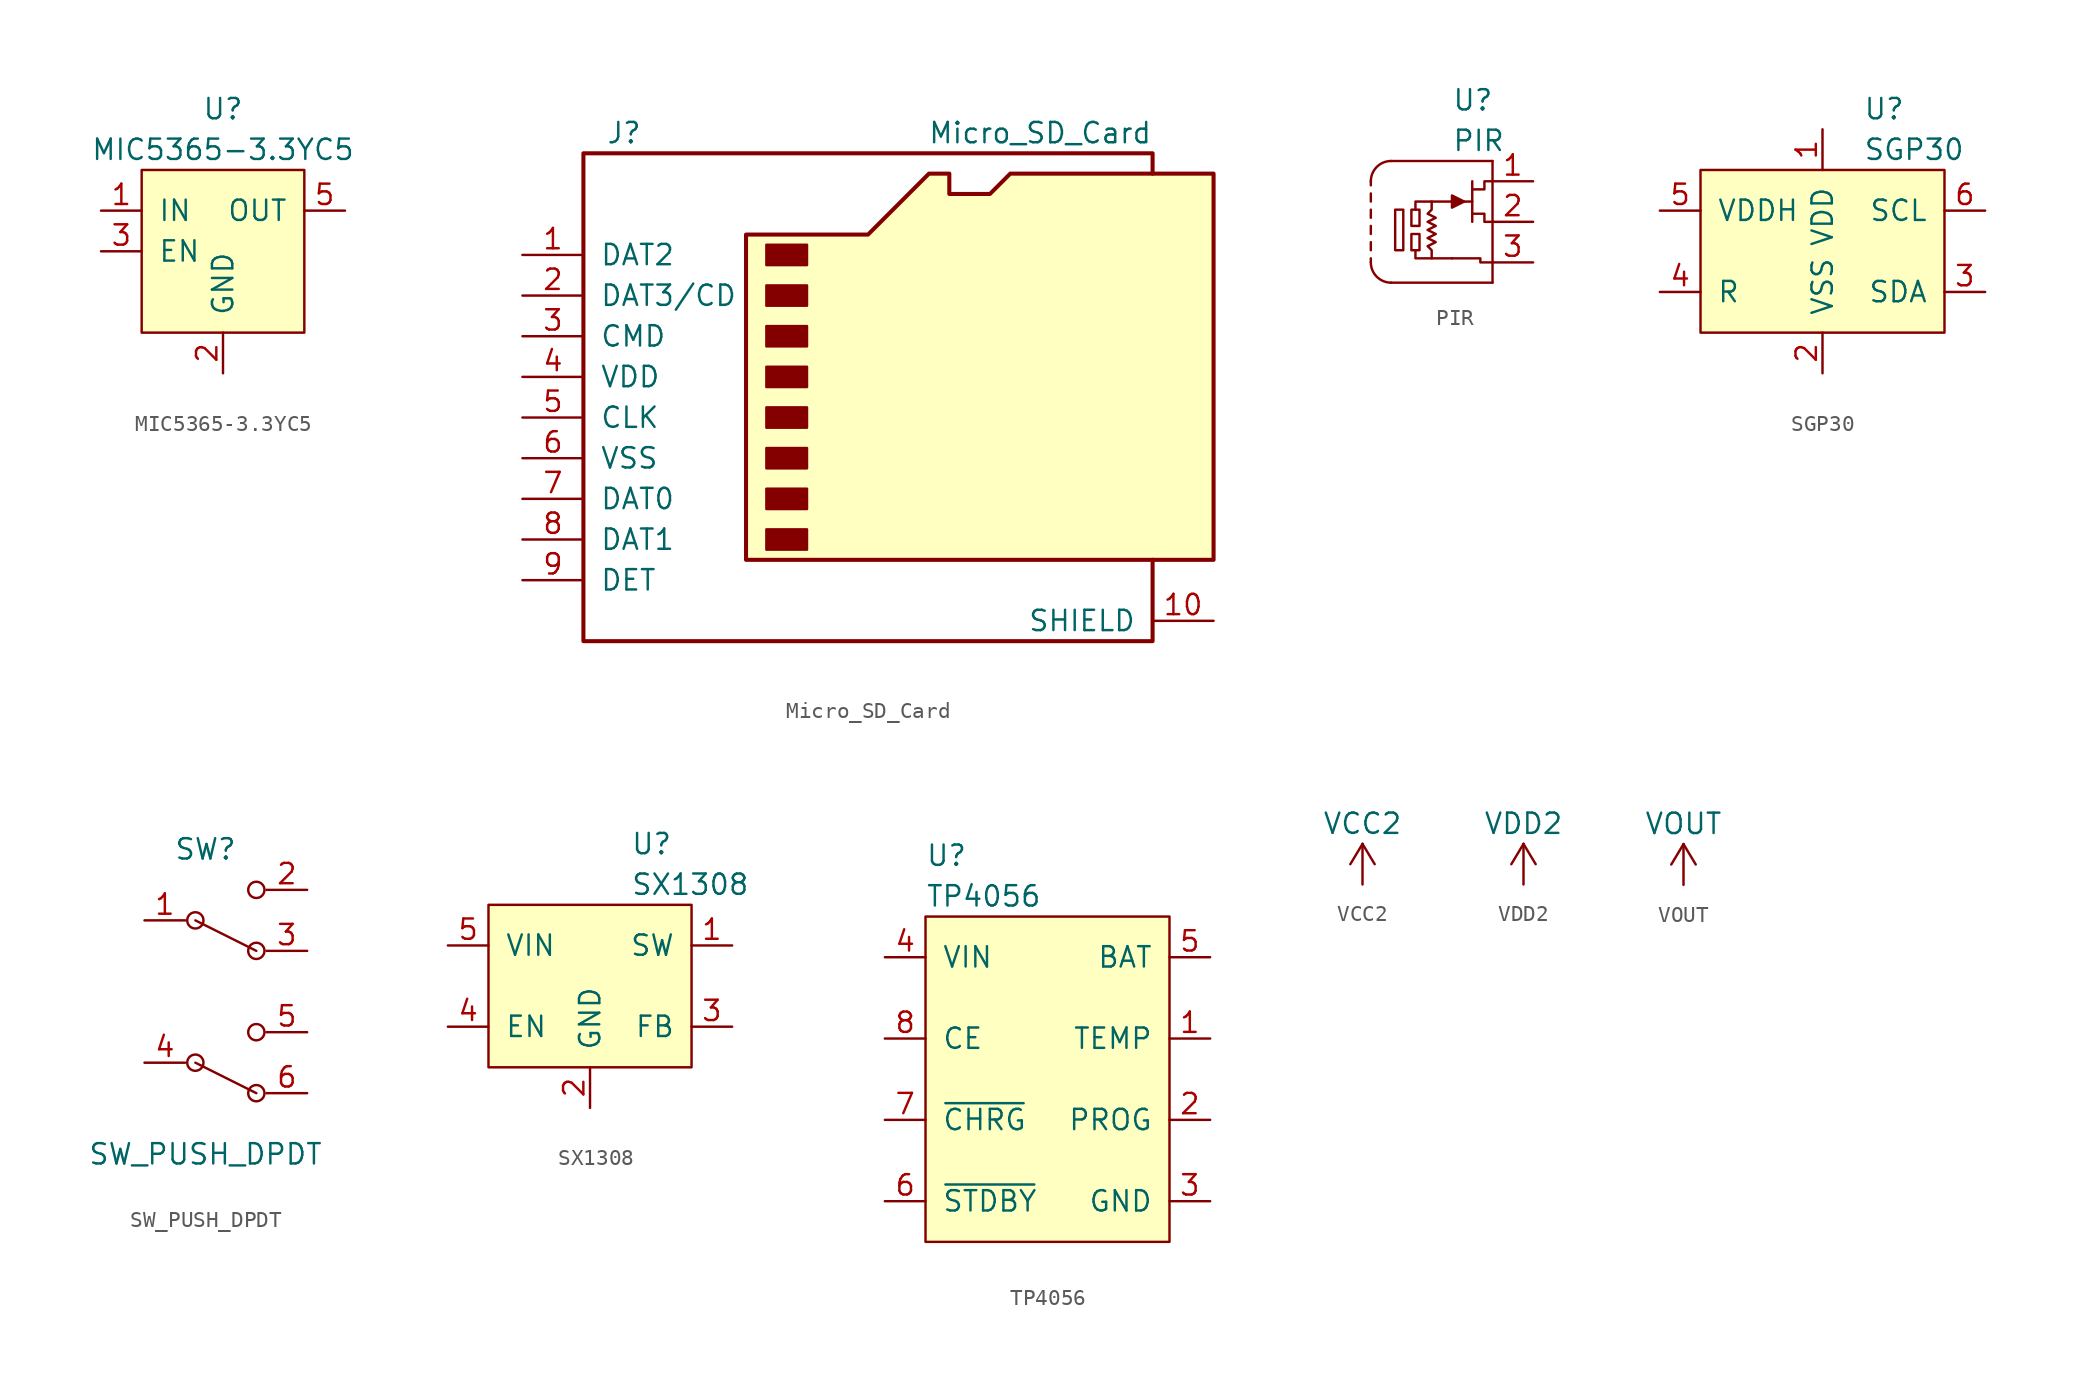
<source format=kicad_sym>
(kicad_symbol_lib
  (version 20220914)
  (generator kicad_symbol_editor)
  (symbol "MIC5365-3.3YC5"
    (pin_names
      (offset 1.016))
    (property "Reference" "U"
      (at 0 6.35 0)
      (effects (font (size 1.27 1.27))))
    (property "Value" "MIC5365-3.3YC5"
      (at 0 3.81 0)
      (effects (font (size 1.27 1.27))))
    (symbol "MIC5365-3.3YC5_0_1"
      (rectangle (start -5.08 2.54) (end 5.08 -7.62) (stroke (width 0) (type default)) (fill (type background))))
    (symbol "MIC5365-3.3YC5_1_1"
      (pin power_in line (at -7.62 0 0) (length 2.54) (name "IN" (effects (font (size 1.27 1.27)))) (number "1" (effects (font (size 1.27 1.27)))))
      (pin power_in line (at 0 -10.16 90) (length 2.54) (name "GND" (effects (font (size 1.27 1.27)))) (number "2" (effects (font (size 1.27 1.27)))))
      (pin input line (at -7.62 -2.54 0) (length 2.54) (name "EN" (effects (font (size 1.27 1.27)))) (number "3" (effects (font (size 1.27 1.27)))))
      (pin no_connect line (at 7.62 -2.54 180) (length 2.54) hide (name "NC" (effects (font (size 1.27 1.27)))) (number "4" (effects (font (size 1.27 1.27)))))
      (pin input line (at 7.62 0 180) (length 2.54) (name "OUT" (effects (font (size 1.27 1.27)))) (number "5" (effects (font (size 1.27 1.27)))))))
  (symbol "Micro_SD_Card"
    (pin_names
      (offset 1.016))
    (property "Reference" "J"
      (at -16.51 15.24 0)
      (effects (font (size 1.27 1.27))))
    (property "Value" "Micro_SD_Card"
      (at 16.51 15.24 0)
      (effects (font (size 1.27 1.27)) (justify right)))
    (symbol "Micro_SD_Card_0_1"
      (rectangle (start -7.62 -9.525) (end -5.08 -10.795) (stroke (width 0) (type default)) (fill (type outline)))
      (rectangle (start -7.62 -6.985) (end -5.08 -8.255) (stroke (width 0) (type default)) (fill (type outline)))
      (rectangle (start -7.62 -4.445) (end -5.08 -5.715) (stroke (width 0) (type default)) (fill (type outline)))
      (rectangle (start -7.62 -1.905) (end -5.08 -3.175) (stroke (width 0) (type default)) (fill (type outline)))
      (rectangle (start -7.62 0.635) (end -5.08 -0.635) (stroke (width 0) (type default)) (fill (type outline)))
      (rectangle (start -7.62 3.175) (end -5.08 1.905) (stroke (width 0) (type default)) (fill (type outline)))
      (rectangle (start -7.62 5.715) (end -5.08 4.445) (stroke (width 0) (type default)) (fill (type outline)))
      (rectangle (start -7.62 8.255) (end -5.08 6.985) (stroke (width 0) (type default)) (fill (type outline)))
      (polyline (pts (xy 16.51 12.7) (xy 16.51 13.97) (xy -19.05 13.97) (xy -19.05 -16.51) (xy 16.51 -16.51) (xy 16.51 -11.43)) (stroke (width 0.254) (type default)) (fill (type none)))
      (polyline (pts (xy -8.89 -11.43) (xy -8.89 8.89) (xy -1.27 8.89) (xy 2.54 12.7) (xy 3.81 12.7) (xy 3.81 11.43) (xy 6.35 11.43) (xy 7.62 12.7) (xy 20.32 12.7) (xy 20.32 -11.43) (xy -8.89 -11.43)) (stroke (width 0.254) (type default)) (fill (type background))))
    (symbol "Micro_SD_Card_1_1"
      (pin bidirectional line (at -22.86 7.62 0) (length 3.81) (name "DAT2" (effects (font (size 1.27 1.27)))) (number "1" (effects (font (size 1.27 1.27)))))
      (pin passive line (at 20.32 -15.24 180) (length 3.81) (name "SHIELD" (effects (font (size 1.27 1.27)))) (number "10" (effects (font (size 1.27 1.27)))))
      (pin bidirectional line (at -22.86 5.08 0) (length 3.81) (name "DAT3/CD" (effects (font (size 1.27 1.27)))) (number "2" (effects (font (size 1.27 1.27)))))
      (pin input line (at -22.86 2.54 0) (length 3.81) (name "CMD" (effects (font (size 1.27 1.27)))) (number "3" (effects (font (size 1.27 1.27)))))
      (pin power_in line (at -22.86 0 0) (length 3.81) (name "VDD" (effects (font (size 1.27 1.27)))) (number "4" (effects (font (size 1.27 1.27)))))
      (pin input line (at -22.86 -2.54 0) (length 3.81) (name "CLK" (effects (font (size 1.27 1.27)))) (number "5" (effects (font (size 1.27 1.27)))))
      (pin power_in line (at -22.86 -5.08 0) (length 3.81) (name "VSS" (effects (font (size 1.27 1.27)))) (number "6" (effects (font (size 1.27 1.27)))))
      (pin bidirectional line (at -22.86 -7.62 0) (length 3.81) (name "DAT0" (effects (font (size 1.27 1.27)))) (number "7" (effects (font (size 1.27 1.27)))))
      (pin bidirectional line (at -22.86 -10.16 0) (length 3.81) (name "DAT1" (effects (font (size 1.27 1.27)))) (number "8" (effects (font (size 1.27 1.27)))))
      (pin passive line (at -22.86 -12.7 0) (length 3.81) (name "DET" (effects (font (size 1.27 1.27)))) (number "9" (effects (font (size 1.27 1.27)))))))
  (symbol "PIR"
    (pin_names
      (offset 1.016) hide)
    (property "Reference" "U"
      (at -2.54 7.62 0)
      (effects (font (size 1.27 1.27)) (justify left)))
    (property "Value" "PIR"
      (at -2.54 5.08 0)
      (effects (font (size 1.27 1.27)) (justify left)))
    (symbol "PIR_0_1"
      (arc (start -7.62 -2.54) (mid -7.248 -3.438) (end -6.35 -3.81) (stroke (width 0) (type default)) (fill (type none)))
      (arc (start -6.35 3.81) (mid -7.248 3.438) (end -7.62 2.54) (stroke (width 0) (type default)) (fill (type none)))
      (rectangle (start -5.588 0.762) (end -6.096 -1.778) (stroke (width 0) (type default)) (fill (type none)))
      (rectangle (start -5.08 -0.762) (end -4.572 -1.778) (stroke (width 0) (type default)) (fill (type none)))
      (rectangle (start -5.08 0.762) (end -4.572 -0.254) (stroke (width 0) (type default)) (fill (type none)))
      (polyline (pts (xy -7.62 -2.54) (xy -7.62 -2.286)) (stroke (width 0) (type default)) (fill (type none)))
      (polyline (pts (xy -7.62 -1.27) (xy -7.62 -1.778)) (stroke (width 0) (type default)) (fill (type none)))
      (polyline (pts (xy -7.62 -0.254) (xy -7.62 -0.762)) (stroke (width 0) (type default)) (fill (type none)))
      (polyline (pts (xy -7.62 0.762) (xy -7.62 0.254)) (stroke (width 0) (type default)) (fill (type none)))
      (polyline (pts (xy -7.62 1.778) (xy -7.62 1.27)) (stroke (width 0) (type default)) (fill (type none)))
      (polyline (pts (xy -7.62 2.54) (xy -7.62 2.286)) (stroke (width 0) (type default)) (fill (type none)))
      (polyline (pts (xy -6.35 -3.81) (xy 0 -3.81)) (stroke (width 0) (type default)) (fill (type none)))
      (polyline (pts (xy -6.35 3.81) (xy 0 3.81)) (stroke (width 0) (type default)) (fill (type none)))
      (polyline (pts (xy 0 3.81) (xy 0 -3.81)) (stroke (width 0) (type default)) (fill (type none)))
      (polyline (pts (xy -4.826 -1.778) (xy -4.826 -2.286) (xy -2.54 -2.286)) (stroke (width 0) (type default)) (fill (type none)))
      (polyline (pts (xy -4.826 0.762) (xy -4.826 1.27) (xy -1.27 1.27)) (stroke (width 0) (type default)) (fill (type none)))
      (polyline (pts (xy 0 -2.54) (xy -0.762 -2.54) (xy -0.762 -2.286) (xy -2.54 -2.286)) (stroke (width 0) (type default)) (fill (type none)))
      (polyline (pts (xy 0 0) (xy -0.508 0) (xy -0.508 0.508) (xy -1.27 0.508)) (stroke (width 0) (type default)) (fill (type none)))
      (polyline (pts (xy 0 2.54) (xy -0.508 2.54) (xy -0.508 2.032) (xy -1.27 2.032)) (stroke (width 0) (type default)) (fill (type none)))
      (polyline (pts (xy -3.81 1.27) (xy -3.81 0.762) (xy -4.064 0.508) (xy -3.556 0.254) (xy -4.064 0) (xy -3.556 -0.254) (xy -4.064 -0.508) (xy -3.556 -0.762) (xy -4.064 -1.016) (xy -3.556 -1.27) (xy -4.064 -1.524) (xy -3.81 -1.778) (xy -3.81 -2.286)) (stroke (width 0) (type default)) (fill (type none))))
    (symbol "PIR_1_1"
      (polyline (pts (xy -1.27 2.54) (xy -1.27 0)) (stroke (width 0) (type default)) (fill (type none)))
      (polyline (pts (xy -1.778 1.27) (xy -2.54 1.651) (xy -2.54 0.889) (xy -1.778 1.27)) (stroke (width 0) (type default)) (fill (type outline)))
      (pin power_in line (at 2.54 2.54 180) (length 2.54) (name "VDD" (effects (font (size 1.27 1.27)))) (number "1" (effects (font (size 1.27 1.27)))))
      (pin output line (at 2.54 0 180) (length 2.54) (name "OUT" (effects (font (size 1.27 1.27)))) (number "2" (effects (font (size 1.27 1.27)))))
      (pin power_in line (at 2.54 -2.54 180) (length 2.54) (name "GND" (effects (font (size 1.27 1.27)))) (number "3" (effects (font (size 1.27 1.27)))))))
  (symbol "SGP30"
    (pin_names
      (offset 1.016))
    (property "Reference" "U"
      (at 2.54 8.89 0)
      (effects (font (size 1.27 1.27)) (justify left)))
    (property "Value" "SGP30"
      (at 2.54 6.35 0)
      (effects (font (size 1.27 1.27)) (justify left)))
    (symbol "SGP30_0_1"
      (rectangle (start -7.62 5.08) (end 7.62 -5.08) (stroke (width 0) (type default)) (fill (type background))))
    (symbol "SGP30_1_1"
      (pin power_in line (at 0 7.62 270) (length 2.54) (name "VDD" (effects (font (size 1.27 1.27)))) (number "1" (effects (font (size 1.27 1.27)))))
      (pin power_in line (at 0 -7.62 90) (length 2.54) (name "VSS" (effects (font (size 1.27 1.27)))) (number "2" (effects (font (size 1.27 1.27)))))
      (pin bidirectional line (at 10.16 -2.54 180) (length 2.54) (name "SDA" (effects (font (size 1.27 1.27)))) (number "3" (effects (font (size 1.27 1.27)))))
      (pin input line (at -10.16 -2.54 0) (length 2.54) (name "R" (effects (font (size 1.27 1.27)))) (number "4" (effects (font (size 1.27 1.27)))))
      (pin power_in line (at -10.16 2.54 0) (length 2.54) (name "VDDH" (effects (font (size 1.27 1.27)))) (number "5" (effects (font (size 1.27 1.27)))))
      (pin bidirectional line (at 10.16 2.54 180) (length 2.54) (name "SCL" (effects (font (size 1.27 1.27)))) (number "6" (effects (font (size 1.27 1.27)))))))
  (symbol "SW_PUSH_DPDT"
    (pin_names
      (offset 0) hide)
    (property "Reference" "SW"
      (at 0 8.89 0)
      (effects (font (size 1.27 1.27))))
    (property "Value" "SW_PUSH_DPDT"
      (at 0 -10.16 0)
      (effects (font (size 1.27 1.27))))
    (symbol "SW_PUSH_DPDT_0_1"
      (circle (center -0.635 -4.445) (radius 0.508) (stroke (width 0) (type default)) (fill (type none)))
      (circle (center -0.635 4.445) (radius 0.508) (stroke (width 0) (type default)) (fill (type none)))
      (polyline (pts (xy -0.635 -4.445) (xy 3.175 -6.35)) (stroke (width 0.152) (type default)) (fill (type none)))
      (polyline (pts (xy -0.635 4.445) (xy 3.175 2.54)) (stroke (width 0.152) (type default)) (fill (type none)))
      (circle (center 3.175 -6.35) (radius 0.508) (stroke (width 0) (type default)) (fill (type none)))
      (circle (center 3.175 -2.54) (radius 0.508) (stroke (width 0) (type default)) (fill (type none)))
      (circle (center 3.175 2.54) (radius 0.508) (stroke (width 0) (type default)) (fill (type none)))
      (circle (center 3.175 6.35) (radius 0.508) (stroke (width 0) (type default)) (fill (type none))))
    (symbol "SW_PUSH_DPDT_1_1"
      (pin passive line (at -3.81 4.445 0) (length 2.54) (name "B" (effects (font (size 1.27 1.27)))) (number "1" (effects (font (size 1.27 1.27)))))
      (pin passive line (at 6.35 6.35 180) (length 2.54) (name "C" (effects (font (size 1.27 1.27)))) (number "2" (effects (font (size 1.27 1.27)))))
      (pin passive line (at 6.35 2.54 180) (length 2.54) (name "A" (effects (font (size 1.27 1.27)))) (number "3" (effects (font (size 1.27 1.27)))))
      (pin passive line (at -3.81 -4.445 0) (length 2.54) (name "B" (effects (font (size 1.27 1.27)))) (number "4" (effects (font (size 1.27 1.27)))))
      (pin passive line (at 6.35 -2.54 180) (length 2.54) (name "C" (effects (font (size 1.27 1.27)))) (number "5" (effects (font (size 1.27 1.27)))))
      (pin passive line (at 6.35 -6.35 180) (length 2.54) (name "A" (effects (font (size 1.27 1.27)))) (number "6" (effects (font (size 1.27 1.27)))))))
  (symbol "SX1308"
    (pin_names
      (offset 1.016))
    (property "Reference" "U"
      (at 2.54 8.89 0)
      (effects (font (size 1.27 1.27)) (justify left)))
    (property "Value" "SX1308"
      (at 2.54 6.35 0)
      (effects (font (size 1.27 1.27)) (justify left)))
    (symbol "SX1308_0_1"
      (rectangle (start -6.35 5.08) (end 6.35 -5.08) (stroke (width 0) (type default)) (fill (type background))))
    (symbol "SX1308_1_1"
      (pin power_out line (at 8.89 2.54 180) (length 2.54) (name "SW" (effects (font (size 1.27 1.27)))) (number "1" (effects (font (size 1.27 1.27)))))
      (pin power_in line (at 0 -7.62 90) (length 2.54) (name "GND" (effects (font (size 1.27 1.27)))) (number "2" (effects (font (size 1.27 1.27)))))
      (pin input line (at 8.89 -2.54 180) (length 2.54) (name "FB" (effects (font (size 1.27 1.27)))) (number "3" (effects (font (size 1.27 1.27)))))
      (pin input line (at -8.89 -2.54 0) (length 2.54) (name "EN" (effects (font (size 1.27 1.27)))) (number "4" (effects (font (size 1.27 1.27)))))
      (pin power_in line (at -8.89 2.54 0) (length 2.54) (name "VIN" (effects (font (size 1.27 1.27)))) (number "5" (effects (font (size 1.27 1.27)))))
      (pin no_connect line (at 0 7.62 270) (length 2.54) hide (name "NC" (effects (font (size 1.27 1.27)))) (number "6" (effects (font (size 1.27 1.27)))))))
  (symbol "TP4056"
    (pin_names
      (offset 1.016))
    (property "Reference" "U"
      (at -7.62 13.97 0)
      (effects (font (size 1.27 1.27)) (justify left)))
    (property "Value" "TP4056"
      (at -7.62 11.43 0)
      (effects (font (size 1.27 1.27)) (justify left)))
    (symbol "TP4056_0_1"
      (rectangle (start -7.62 10.16) (end 7.62 -10.16) (stroke (width 0) (type default)) (fill (type background))))
    (symbol "TP4056_1_1"
      (pin input line (at 10.16 2.54 180) (length 2.54) (name "TEMP" (effects (font (size 1.27 1.27)))) (number "1" (effects (font (size 1.27 1.27)))))
      (pin input line (at 10.16 -2.54 180) (length 2.54) (name "PROG" (effects (font (size 1.27 1.27)))) (number "2" (effects (font (size 1.27 1.27)))))
      (pin power_in line (at 10.16 -7.62 180) (length 2.54) (name "GND" (effects (font (size 1.27 1.27)))) (number "3" (effects (font (size 1.27 1.27)))))
      (pin power_in line (at -10.16 7.62 0) (length 2.54) (name "VIN" (effects (font (size 1.27 1.27)))) (number "4" (effects (font (size 1.27 1.27)))))
      (pin power_out line (at 10.16 7.62 180) (length 2.54) (name "BAT" (effects (font (size 1.27 1.27)))) (number "5" (effects (font (size 1.27 1.27)))))
      (pin output line (at -10.16 -7.62 0) (length 2.54) (name "~{STDBY}" (effects (font (size 1.27 1.27)))) (number "6" (effects (font (size 1.27 1.27)))))
      (pin output line (at -10.16 -2.54 0) (length 2.54) (name "~{CHRG}" (effects (font (size 1.27 1.27)))) (number "7" (effects (font (size 1.27 1.27)))))
      (pin input line (at -10.16 2.54 0) (length 2.54) (name "CE" (effects (font (size 1.27 1.27)))) (number "8" (effects (font (size 1.27 1.27)))))
      (pin power_in line (at 10.16 -7.62 180) (length 2.54) hide (name "GND" (effects (font (size 1.27 1.27)))) (number "9" (effects (font (size 1.27 1.27)))))))
  (symbol "VCC2"
    (power)
    (pin_names
      (offset 0))
    (property "Reference" "#PWR"
      (at 0 -3.81 0)
      (effects (font (size 1.27 1.27)) hide))
    (property "Value" "VCC2"
      (at 0 3.81 0)
      (effects (font (size 1.27 1.27))))
    (symbol "VCC2_0_1"
      (polyline (pts (xy -0.762 1.27) (xy 0 2.54)) (stroke (width 0) (type default)) (fill (type none)))
      (polyline (pts (xy 0 0) (xy 0 2.54)) (stroke (width 0) (type default)) (fill (type none)))
      (polyline (pts (xy 0 2.54) (xy 0.762 1.27)) (stroke (width 0) (type default)) (fill (type none))))
    (symbol "VCC2_1_1"
      (pin power_in line (at 0 0 90) (length 0) hide (name "VCC2" (effects (font (size 1.27 1.27)))) (number "1" (effects (font (size 1.27 1.27)))))))
  (symbol "VDD2"
    (power)
    (pin_names
      (offset 0))
    (property "Reference" "#PWR"
      (at 0 -3.81 0)
      (effects (font (size 1.27 1.27)) hide))
    (property "Value" "VDD2"
      (at 0 3.81 0)
      (effects (font (size 1.27 1.27))))
    (symbol "VDD2_0_1"
      (polyline (pts (xy -0.762 1.27) (xy 0 2.54)) (stroke (width 0) (type default)) (fill (type none)))
      (polyline (pts (xy 0 0) (xy 0 2.54)) (stroke (width 0) (type default)) (fill (type none)))
      (polyline (pts (xy 0 2.54) (xy 0.762 1.27)) (stroke (width 0) (type default)) (fill (type none))))
    (symbol "VDD2_1_1"
      (pin power_in line (at 0 0 90) (length 0) hide (name "VDD2" (effects (font (size 1.27 1.27)))) (number "1" (effects (font (size 1.27 1.27)))))))
  (symbol "VOUT"
    (power)
    (pin_names
      (offset 0))
    (property "Reference" "#PWR"
      (at 0 -3.81 0)
      (effects (font (size 1.27 1.27)) hide))
    (property "Value" "VOUT"
      (at 0 3.81 0)
      (effects (font (size 1.27 1.27))))
    (symbol "VOUT_0_1"
      (polyline (pts (xy -0.762 1.27) (xy 0 2.54)) (stroke (width 0) (type default)) (fill (type none)))
      (polyline (pts (xy 0 0) (xy 0 2.54)) (stroke (width 0) (type default)) (fill (type none)))
      (polyline (pts (xy 0 2.54) (xy 0.762 1.27)) (stroke (width 0) (type default)) (fill (type none))))
    (symbol "VOUT_1_1"
      (pin power_in line (at 0 0 90) (length 0) hide (name "VOUT" (effects (font (size 1.27 1.27)))) (number "1" (effects (font (size 1.27 1.27))))))))
</source>
